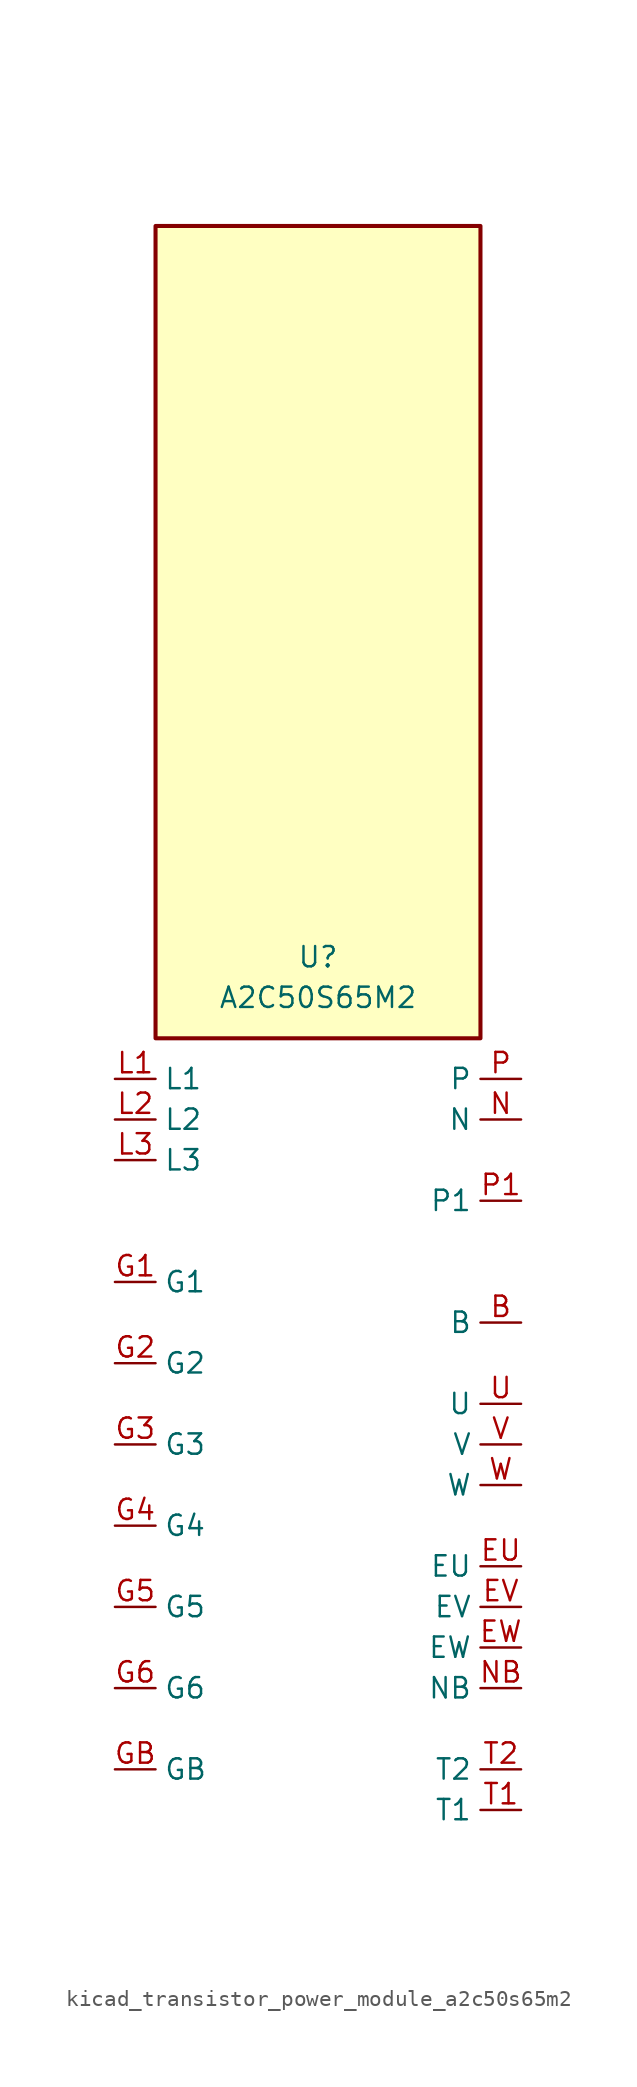
<source format=kicad_sym>
(kicad_symbol_lib
  (version 20220914)
  (generator kicad_symbol_editor)
  (symbol "kicad_transistor_power_module_a2c50s65m2"
    (property "Reference" "U"
      (at 0 30.48 0)
      (effects (font (size 1.27 1.27))))
    (property "Value" "A2C50S65M2"
      (at 0 27.94 0)
      (effects (font (size 1.27 1.27))))
    (symbol "kicad_transistor_power_module_a2c50s65m2_1_1"
      (rectangle (start 10.16 76.2) (end -10.16 25.4) (stroke (width 0.254) (type default)) (fill (type background)))
      (pin passive line (at 12.7 7.62 180) (length 2.54) (name "B" (effects (font (size 1.27 1.27)))) (number "B" (effects (font (size 1.27 1.27)))))
      (pin passive line (at 12.7 -7.62 180) (length 2.54) (name "EU" (effects (font (size 1.27 1.27)))) (number "EU" (effects (font (size 1.27 1.27)))))
      (pin passive line (at 12.7 -10.16 180) (length 2.54) (name "EV" (effects (font (size 1.27 1.27)))) (number "EV" (effects (font (size 1.27 1.27)))))
      (pin passive line (at 12.7 -12.7 180) (length 2.54) (name "EW" (effects (font (size 1.27 1.27)))) (number "EW" (effects (font (size 1.27 1.27)))))
      (pin passive line (at -12.7 10.16 0) (length 2.54) (name "G1" (effects (font (size 1.27 1.27)))) (number "G1" (effects (font (size 1.27 1.27)))))
      (pin passive line (at -12.7 5.08 0) (length 2.54) (name "G2" (effects (font (size 1.27 1.27)))) (number "G2" (effects (font (size 1.27 1.27)))))
      (pin passive line (at -12.7 0 0) (length 2.54) (name "G3" (effects (font (size 1.27 1.27)))) (number "G3" (effects (font (size 1.27 1.27)))))
      (pin passive line (at -12.7 -5.08 0) (length 2.54) (name "G4" (effects (font (size 1.27 1.27)))) (number "G4" (effects (font (size 1.27 1.27)))))
      (pin passive line (at -12.7 -10.16 0) (length 2.54) (name "G5" (effects (font (size 1.27 1.27)))) (number "G5" (effects (font (size 1.27 1.27)))))
      (pin passive line (at -12.7 -15.24 0) (length 2.54) (name "G6" (effects (font (size 1.27 1.27)))) (number "G6" (effects (font (size 1.27 1.27)))))
      (pin passive line (at -12.7 -20.32 0) (length 2.54) (name "GB" (effects (font (size 1.27 1.27)))) (number "GB" (effects (font (size 1.27 1.27)))))
      (pin passive line (at -12.7 22.86 0) (length 2.54) (name "L1" (effects (font (size 1.27 1.27)))) (number "L1" (effects (font (size 1.27 1.27)))))
      (pin passive line (at -12.7 20.32 0) (length 2.54) (name "L2" (effects (font (size 1.27 1.27)))) (number "L2" (effects (font (size 1.27 1.27)))))
      (pin passive line (at -12.7 17.78 0) (length 2.54) (name "L3" (effects (font (size 1.27 1.27)))) (number "L3" (effects (font (size 1.27 1.27)))))
      (pin passive line (at 12.7 20.32 180) (length 2.54) (name "N" (effects (font (size 1.27 1.27)))) (number "N" (effects (font (size 1.27 1.27)))))
      (pin passive line (at 12.7 -15.24 180) (length 2.54) (name "NB" (effects (font (size 1.27 1.27)))) (number "NB" (effects (font (size 1.27 1.27)))))
      (pin passive line (at 12.7 22.86 180) (length 2.54) (name "P" (effects (font (size 1.27 1.27)))) (number "P" (effects (font (size 1.27 1.27)))))
      (pin passive line (at 12.7 15.24 180) (length 2.54) (name "P1" (effects (font (size 1.27 1.27)))) (number "P1" (effects (font (size 1.27 1.27)))))
      (pin passive line (at 12.7 -22.86 180) (length 2.54) (name "T1" (effects (font (size 1.27 1.27)))) (number "T1" (effects (font (size 1.27 1.27)))))
      (pin passive line (at 12.7 -20.32 180) (length 2.54) (name "T2" (effects (font (size 1.27 1.27)))) (number "T2" (effects (font (size 1.27 1.27)))))
      (pin passive line (at 12.7 2.54 180) (length 2.54) (name "U" (effects (font (size 1.27 1.27)))) (number "U" (effects (font (size 1.27 1.27)))))
      (pin passive line (at 12.7 0 180) (length 2.54) (name "V" (effects (font (size 1.27 1.27)))) (number "V" (effects (font (size 1.27 1.27)))))
      (pin passive line (at 12.7 -2.54 180) (length 2.54) (name "W" (effects (font (size 1.27 1.27)))) (number "W" (effects (font (size 1.27 1.27))))))))
</source>
